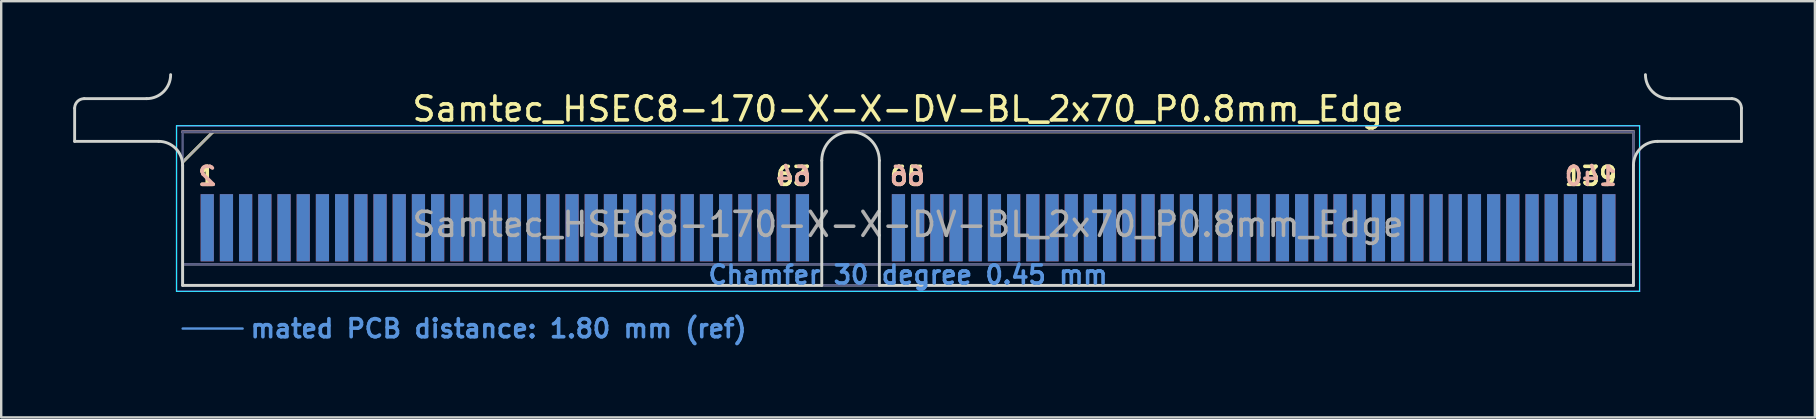
<source format=kicad_pcb>
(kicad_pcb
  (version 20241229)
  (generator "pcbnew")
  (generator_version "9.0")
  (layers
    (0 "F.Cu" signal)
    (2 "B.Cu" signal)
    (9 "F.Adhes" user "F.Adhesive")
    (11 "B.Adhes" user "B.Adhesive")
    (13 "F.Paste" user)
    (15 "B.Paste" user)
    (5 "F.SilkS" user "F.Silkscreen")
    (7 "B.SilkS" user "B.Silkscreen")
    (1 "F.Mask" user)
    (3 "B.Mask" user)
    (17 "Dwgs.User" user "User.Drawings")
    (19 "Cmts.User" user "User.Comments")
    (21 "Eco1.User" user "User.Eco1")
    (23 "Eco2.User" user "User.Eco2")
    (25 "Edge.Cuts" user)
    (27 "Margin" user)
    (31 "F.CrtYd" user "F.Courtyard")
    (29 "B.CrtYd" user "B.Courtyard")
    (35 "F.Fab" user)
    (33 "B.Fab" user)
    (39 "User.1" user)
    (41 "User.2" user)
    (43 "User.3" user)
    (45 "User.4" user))
  (footprint "Samtec_HSEC8-170-X-X-DV-BL_2x70_P0.8mm_Edge"
    (layer "F.Cu")
    (at 34.785 8.84)
    (property "Reference" "Samtec_HSEC8-170-X-X-DV-BL_2x70_P0.8mm_Edge" (at 0 -7.35 0) (layer "F.SilkS") (effects (font (size 1 1) (thickness 0.15))))
    (attr exclude_from_pos_files exclude_from_bom)
    (fp_line (start -30.225 -5.13) (end -28.955 -6.4) (stroke (width 0.12) (type solid)) (layer "F.SilkS"))
    (fp_line (start -28.955 -6.4) (end 30.225 -6.4) (stroke (width 0.12) (type solid)) (layer "F.SilkS"))
    (fp_line (start -30.225 -6.4) (end -30.225 -6.4) (stroke (width 0.12) (type solid)) (layer "B.SilkS"))
    (fp_line (start -30.225 -6.4) (end 30.225 -6.4) (stroke (width 0.12) (type solid)) (layer "B.SilkS"))
    (fp_line (start -30.225 1.8) (end -27.725 1.8) (stroke (width 0.1) (type solid)) (layer "Cmts.User"))
    (fp_line (start -34.725 -6) (end -34.725 -7.38) (stroke (width 0.12) (type solid)) (layer "Edge.Cuts"))
    (fp_line (start -34.325 -7.78) (end -31.725 -7.78) (stroke (width 0.12) (type solid)) (layer "Edge.Cuts"))
    (fp_line (start -31.225 -6) (end -34.725 -6) (stroke (width 0.12) (type solid)) (layer "Edge.Cuts"))
    (fp_line (start -30.225 -5) (end -30.225 0) (stroke (width 0.12) (type solid)) (layer "Edge.Cuts"))
    (fp_line (start -30.225 0) (end -3.595 0) (stroke (width 0.12) (type solid)) (layer "Edge.Cuts"))
    (fp_line (start -3.595 0) (end -3.595 -5.2) (stroke (width 0.12) (type solid)) (layer "Edge.Cuts"))
    (fp_line (start -1.195 -5.2) (end -1.195 0) (stroke (width 0.12) (type solid)) (layer "Edge.Cuts"))
    (fp_line (start -1.195 0) (end 30.225 0) (stroke (width 0.12) (type solid)) (layer "Edge.Cuts"))
    (fp_line (start 30.225 0) (end 30.225 -5) (stroke (width 0.12) (type solid)) (layer "Edge.Cuts"))
    (fp_line (start 31.225 -6) (end 34.725 -6) (stroke (width 0.12) (type solid)) (layer "Edge.Cuts"))
    (fp_line (start 34.325 -7.78) (end 31.725 -7.78) (stroke (width 0.12) (type solid)) (layer "Edge.Cuts"))
    (fp_line (start 34.725 -6) (end 34.725 -7.38) (stroke (width 0.12) (type solid)) (layer "Edge.Cuts"))
    (fp_arc (start -34.725 -7.38) (mid -34.607843 -7.662843) (end -34.325 -7.78) (stroke (width 0.12) (type solid)) (layer "Edge.Cuts"))
    (fp_arc (start -31.225 -6) (mid -30.517893 -5.707107) (end -30.225 -5) (stroke (width 0.12) (type solid)) (layer "Edge.Cuts"))
    (fp_arc (start -30.725 -8.78) (mid -31.017893 -8.072893) (end -31.725 -7.78) (stroke (width 0.12) (type solid)) (layer "Edge.Cuts"))
    (fp_arc (start -3.595 -5.2) (mid -2.395 -6.4) (end -1.195 -5.2) (stroke (width 0.12) (type solid)) (layer "Edge.Cuts"))
    (fp_arc (start 30.225 -5) (mid 30.517893 -5.707107) (end 31.225 -6) (stroke (width 0.12) (type solid)) (layer "Edge.Cuts"))
    (fp_arc (start 31.725 -7.78) (mid 31.017893 -8.072893) (end 30.725 -8.78) (stroke (width 0.12) (type solid)) (layer "Edge.Cuts"))
    (fp_arc (start 34.325 -7.78) (mid 34.607843 -7.662843) (end 34.725 -7.38) (stroke (width 0.12) (type solid)) (layer "Edge.Cuts"))
    (fp_line (start -30.48 -6.65) (end -30.48 0.25) (stroke (width 0.05) (type solid)) (layer "B.CrtYd"))
    (fp_line (start -30.48 0.25) (end 30.48 0.25) (stroke (width 0.05) (type solid)) (layer "B.CrtYd"))
    (fp_line (start 30.48 -6.65) (end -30.48 -6.65) (stroke (width 0.05) (type solid)) (layer "B.CrtYd"))
    (fp_line (start 30.48 0.25) (end 30.48 -6.65) (stroke (width 0.05) (type solid)) (layer "B.CrtYd"))
    (fp_line (start -30.48 -6.65) (end -30.48 0.25) (stroke (width 0.05) (type solid)) (layer "F.CrtYd"))
    (fp_line (start -30.48 0.25) (end 30.48 0.25) (stroke (width 0.05) (type solid)) (layer "F.CrtYd"))
    (fp_line (start 30.48 -6.65) (end -30.48 -6.65) (stroke (width 0.05) (type solid)) (layer "F.CrtYd"))
    (fp_line (start 30.48 0.25) (end 30.48 -6.65) (stroke (width 0.05) (type solid)) (layer "F.CrtYd"))
    (fp_line (start -30.225 -6.4) (end -30.225 -6.4) (stroke (width 0.1) (type solid)) (layer "B.Fab"))
    (fp_line (start -30.225 -6.4) (end -30.225 0) (stroke (width 0.1) (type solid)) (layer "B.Fab"))
    (fp_line (start -30.225 -6.4) (end 30.225 -6.4) (stroke (width 0.1) (type solid)) (layer "B.Fab"))
    (fp_line (start -30.225 -0.88) (end 30.225 -0.88) (stroke (width 0.1) (type solid)) (layer "B.Fab"))
    (fp_line (start -30.225 0) (end 30.225 0) (stroke (width 0.1) (type solid)) (layer "B.Fab"))
    (fp_line (start 30.225 -6.4) (end 30.225 0) (stroke (width 0.1) (type solid)) (layer "B.Fab"))
    (fp_line (start -30.225 -5.13) (end -30.225 0) (stroke (width 0.1) (type solid)) (layer "F.Fab"))
    (fp_line (start -30.225 -5.13) (end -28.955 -6.4) (stroke (width 0.1) (type solid)) (layer "F.Fab"))
    (fp_line (start -30.225 -0.88) (end 30.225 -0.88) (stroke (width 0.1) (type solid)) (layer "F.Fab"))
    (fp_line (start -30.225 0) (end 30.225 0) (stroke (width 0.1) (type solid)) (layer "F.Fab"))
    (fp_line (start -28.955 -6.4) (end 30.225 -6.4) (stroke (width 0.1) (type solid)) (layer "F.Fab"))
    (fp_line (start 30.225 -6.4) (end 30.225 0) (stroke (width 0.1) (type solid)) (layer "F.Fab"))
    (fp_text user "139" (at 28.45 -4.55 0) (layer "F.SilkS") (effects (font (size 0.75 0.75) (thickness 0.15))))
    (fp_text user "63" (at -4.775 -4.55 0) (layer "F.SilkS") (effects (font (size 0.75 0.75) (thickness 0.15))))
    (fp_text user "65" (at -0.025 -4.55 0) (layer "F.SilkS") (effects (font (size 0.75 0.75) (thickness 0.15))))
    (fp_text user "1" (at -29.2 -4.55 0) (layer "F.SilkS") (effects (font (size 0.75 0.75) (thickness 0.15))))
    (fp_text user "140" (at 28.45 -4.55 0) (layer "B.SilkS") (effects (font (size 0.75 0.75) (thickness 0.15)) (justify mirror)))
    (fp_text user "66" (at -0.025 -4.55 0) (layer "B.SilkS") (effects (font (size 0.75 0.75) (thickness 0.15)) (justify mirror)))
    (fp_text user "2" (at -29.2 -4.55 0) (layer "B.SilkS") (effects (font (size 0.75 0.75) (thickness 0.15)) (justify mirror)))
    (fp_text user "64" (at -4.775 -4.55 0) (layer "B.SilkS") (effects (font (size 0.75 0.75) (thickness 0.15)) (justify mirror)))
    (fp_text user "mated PCB distance: 1.80 mm (ref)" (at -27.48 1.8 0) (layer "Cmts.User") (effects (font (size 0.75 0.75) (thickness 0.15)) (justify left)))
    (fp_text user "Chamfer 30 degree 0.45 mm" (at 0 -0.44 0) (layer "Cmts.User") (effects (font (size 0.75 0.75) (thickness 0.15))))
    (fp_text user "${REFERENCE}" (at 0 -2.54 0) (layer "F.Fab") (effects (font (size 1 1) (thickness 0.15))))
    (pad "1" connect rect (at -29.2 -2.4) (size 0.55 2.8) (layers "F.Cu" "F.Mask"))
    (pad "2" connect rect (at -29.2 -2.4) (size 0.55 2.8) (layers "B.Cu" "B.Mask"))
    (pad "3" connect rect (at -28.4 -2.4) (size 0.55 2.8) (layers "F.Cu" "F.Mask"))
    (pad "4" connect rect (at -28.4 -2.4) (size 0.55 2.8) (layers "B.Cu" "B.Mask"))
    (pad "5" connect rect (at -27.6 -2.4) (size 0.55 2.8) (layers "F.Cu" "F.Mask"))
    (pad "6" connect rect (at -27.6 -2.4) (size 0.55 2.8) (layers "B.Cu" "B.Mask"))
    (pad "7" connect rect (at -26.8 -2.4) (size 0.55 2.8) (layers "F.Cu" "F.Mask"))
    (pad "8" connect rect (at -26.8 -2.4) (size 0.55 2.8) (layers "B.Cu" "B.Mask"))
    (pad "9" connect rect (at -26 -2.4) (size 0.55 2.8) (layers "F.Cu" "F.Mask"))
    (pad "10" connect rect (at -26 -2.4) (size 0.55 2.8) (layers "B.Cu" "B.Mask"))
    (pad "11" connect rect (at -25.2 -2.4) (size 0.55 2.8) (layers "F.Cu" "F.Mask"))
    (pad "12" connect rect (at -25.2 -2.4) (size 0.55 2.8) (layers "B.Cu" "B.Mask"))
    (pad "13" connect rect (at -24.4 -2.4) (size 0.55 2.8) (layers "F.Cu" "F.Mask"))
    (pad "14" connect rect (at -24.4 -2.4) (size 0.55 2.8) (layers "B.Cu" "B.Mask"))
    (pad "15" connect rect (at -23.6 -2.4) (size 0.55 2.8) (layers "F.Cu" "F.Mask"))
    (pad "16" connect rect (at -23.6 -2.4) (size 0.55 2.8) (layers "B.Cu" "B.Mask"))
    (pad "17" connect rect (at -22.8 -2.4) (size 0.55 2.8) (layers "F.Cu" "F.Mask"))
    (pad "18" connect rect (at -22.8 -2.4) (size 0.55 2.8) (layers "B.Cu" "B.Mask"))
    (pad "19" connect rect (at -22 -2.4) (size 0.55 2.8) (layers "F.Cu" "F.Mask"))
    (pad "20" connect rect (at -22 -2.4) (size 0.55 2.8) (layers "B.Cu" "B.Mask"))
    (pad "21" connect rect (at -21.2 -2.4) (size 0.55 2.8) (layers "F.Cu" "F.Mask"))
    (pad "22" connect rect (at -21.2 -2.4) (size 0.55 2.8) (layers "B.Cu" "B.Mask"))
    (pad "23" connect rect (at -20.4 -2.4) (size 0.55 2.8) (layers "F.Cu" "F.Mask"))
    (pad "24" connect rect (at -20.4 -2.4) (size 0.55 2.8) (layers "B.Cu" "B.Mask"))
    (pad "25" connect rect (at -19.6 -2.4) (size 0.55 2.8) (layers "F.Cu" "F.Mask"))
    (pad "26" connect rect (at -19.6 -2.4) (size 0.55 2.8) (layers "B.Cu" "B.Mask"))
    (pad "27" connect rect (at -18.8 -2.4) (size 0.55 2.8) (layers "F.Cu" "F.Mask"))
    (pad "28" connect rect (at -18.8 -2.4) (size 0.55 2.8) (layers "B.Cu" "B.Mask"))
    (pad "29" connect rect (at -18 -2.4) (size 0.55 2.8) (layers "F.Cu" "F.Mask"))
    (pad "30" connect rect (at -18 -2.4) (size 0.55 2.8) (layers "B.Cu" "B.Mask"))
    (pad "31" connect rect (at -17.2 -2.4) (size 0.55 2.8) (layers "F.Cu" "F.Mask"))
    (pad "32" connect rect (at -17.2 -2.4) (size 0.55 2.8) (layers "B.Cu" "B.Mask"))
    (pad "33" connect rect (at -16.4 -2.4) (size 0.55 2.8) (layers "F.Cu" "F.Mask"))
    (pad "34" connect rect (at -16.4 -2.4) (size 0.55 2.8) (layers "B.Cu" "B.Mask"))
    (pad "35" connect rect (at -15.6 -2.4) (size 0.55 2.8) (layers "F.Cu" "F.Mask"))
    (pad "36" connect rect (at -15.6 -2.4) (size 0.55 2.8) (layers "B.Cu" "B.Mask"))
    (pad "37" connect rect (at -14.8 -2.4) (size 0.55 2.8) (layers "F.Cu" "F.Mask"))
    (pad "38" connect rect (at -14.8 -2.4) (size 0.55 2.8) (layers "B.Cu" "B.Mask"))
    (pad "39" connect rect (at -14 -2.4) (size 0.55 2.8) (layers "F.Cu" "F.Mask"))
    (pad "40" connect rect (at -14 -2.4) (size 0.55 2.8) (layers "B.Cu" "B.Mask"))
    (pad "41" connect rect (at -13.2 -2.4) (size 0.55 2.8) (layers "F.Cu" "F.Mask"))
    (pad "42" connect rect (at -13.2 -2.4) (size 0.55 2.8) (layers "B.Cu" "B.Mask"))
    (pad "43" connect rect (at -12.4 -2.4) (size 0.55 2.8) (layers "F.Cu" "F.Mask"))
    (pad "44" connect rect (at -12.4 -2.4) (size 0.55 2.8) (layers "B.Cu" "B.Mask"))
    (pad "45" connect rect (at -11.6 -2.4) (size 0.55 2.8) (layers "F.Cu" "F.Mask"))
    (pad "46" connect rect (at -11.6 -2.4) (size 0.55 2.8) (layers "B.Cu" "B.Mask"))
    (pad "47" connect rect (at -10.8 -2.4) (size 0.55 2.8) (layers "F.Cu" "F.Mask"))
    (pad "48" connect rect (at -10.8 -2.4) (size 0.55 2.8) (layers "B.Cu" "B.Mask"))
    (pad "49" connect rect (at -10 -2.4) (size 0.55 2.8) (layers "F.Cu" "F.Mask"))
    (pad "50" connect rect (at -10 -2.4) (size 0.55 2.8) (layers "B.Cu" "B.Mask"))
    (pad "51" connect rect (at -9.2 -2.4) (size 0.55 2.8) (layers "F.Cu" "F.Mask"))
    (pad "52" connect rect (at -9.2 -2.4) (size 0.55 2.8) (layers "B.Cu" "B.Mask"))
    (pad "53" connect rect (at -8.4 -2.4) (size 0.55 2.8) (layers "F.Cu" "F.Mask"))
    (pad "54" connect rect (at -8.4 -2.4) (size 0.55 2.8) (layers "B.Cu" "B.Mask"))
    (pad "55" connect rect (at -7.6 -2.4) (size 0.55 2.8) (layers "F.Cu" "F.Mask"))
    (pad "56" connect rect (at -7.6 -2.4) (size 0.55 2.8) (layers "B.Cu" "B.Mask"))
    (pad "57" connect rect (at -6.8 -2.4) (size 0.55 2.8) (layers "F.Cu" "F.Mask"))
    (pad "58" connect rect (at -6.8 -2.4) (size 0.55 2.8) (layers "B.Cu" "B.Mask"))
    (pad "59" connect rect (at -6 -2.4) (size 0.55 2.8) (layers "F.Cu" "F.Mask"))
    (pad "60" connect rect (at -6 -2.4) (size 0.55 2.8) (layers "B.Cu" "B.Mask"))
    (pad "61" connect rect (at -5.2 -2.4) (size 0.55 2.8) (layers "F.Cu" "F.Mask"))
    (pad "62" connect rect (at -5.2 -2.4) (size 0.55 2.8) (layers "B.Cu" "B.Mask"))
    (pad "63" connect rect (at -4.4 -2.4) (size 0.55 2.8) (layers "F.Cu" "F.Mask"))
    (pad "64" connect rect (at -4.4 -2.4) (size 0.55 2.8) (layers "B.Cu" "B.Mask"))
    (pad "65" connect rect (at -0.4 -2.4) (size 0.55 2.8) (layers "F.Cu" "F.Mask"))
    (pad "66" connect rect (at -0.4 -2.4) (size 0.55 2.8) (layers "B.Cu" "B.Mask"))
    (pad "67" connect rect (at 0.4 -2.4) (size 0.55 2.8) (layers "F.Cu" "F.Mask"))
    (pad "68" connect rect (at 0.4 -2.4) (size 0.55 2.8) (layers "B.Cu" "B.Mask"))
    (pad "69" connect rect (at 1.2 -2.4) (size 0.55 2.8) (layers "F.Cu" "F.Mask"))
    (pad "70" connect rect (at 1.2 -2.4) (size 0.55 2.8) (layers "B.Cu" "B.Mask"))
    (pad "71" connect rect (at 2 -2.4) (size 0.55 2.8) (layers "F.Cu" "F.Mask"))
    (pad "72" connect rect (at 2 -2.4) (size 0.55 2.8) (layers "B.Cu" "B.Mask"))
    (pad "73" connect rect (at 2.8 -2.4) (size 0.55 2.8) (layers "F.Cu" "F.Mask"))
    (pad "74" connect rect (at 2.8 -2.4) (size 0.55 2.8) (layers "B.Cu" "B.Mask"))
    (pad "75" connect rect (at 3.6 -2.4) (size 0.55 2.8) (layers "F.Cu" "F.Mask"))
    (pad "76" connect rect (at 3.6 -2.4) (size 0.55 2.8) (layers "B.Cu" "B.Mask"))
    (pad "77" connect rect (at 4.4 -2.4) (size 0.55 2.8) (layers "F.Cu" "F.Mask"))
    (pad "78" connect rect (at 4.4 -2.4) (size 0.55 2.8) (layers "B.Cu" "B.Mask"))
    (pad "79" connect rect (at 5.2 -2.4) (size 0.55 2.8) (layers "F.Cu" "F.Mask"))
    (pad "80" connect rect (at 5.2 -2.4) (size 0.55 2.8) (layers "B.Cu" "B.Mask"))
    (pad "81" connect rect (at 6 -2.4) (size 0.55 2.8) (layers "F.Cu" "F.Mask"))
    (pad "82" connect rect (at 6 -2.4) (size 0.55 2.8) (layers "B.Cu" "B.Mask"))
    (pad "83" connect rect (at 6.8 -2.4) (size 0.55 2.8) (layers "F.Cu" "F.Mask"))
    (pad "84" connect rect (at 6.8 -2.4) (size 0.55 2.8) (layers "B.Cu" "B.Mask"))
    (pad "85" connect rect (at 7.6 -2.4) (size 0.55 2.8) (layers "F.Cu" "F.Mask"))
    (pad "86" connect rect (at 7.6 -2.4) (size 0.55 2.8) (layers "B.Cu" "B.Mask"))
    (pad "87" connect rect (at 8.4 -2.4) (size 0.55 2.8) (layers "F.Cu" "F.Mask"))
    (pad "88" connect rect (at 8.4 -2.4) (size 0.55 2.8) (layers "B.Cu" "B.Mask"))
    (pad "89" connect rect (at 9.2 -2.4) (size 0.55 2.8) (layers "F.Cu" "F.Mask"))
    (pad "90" connect rect (at 9.2 -2.4) (size 0.55 2.8) (layers "B.Cu" "B.Mask"))
    (pad "91" connect rect (at 10 -2.4) (size 0.55 2.8) (layers "F.Cu" "F.Mask"))
    (pad "92" connect rect (at 10 -2.4) (size 0.55 2.8) (layers "B.Cu" "B.Mask"))
    (pad "93" connect rect (at 10.8 -2.4) (size 0.55 2.8) (layers "F.Cu" "F.Mask"))
    (pad "94" connect rect (at 10.8 -2.4) (size 0.55 2.8) (layers "B.Cu" "B.Mask"))
    (pad "95" connect rect (at 11.6 -2.4) (size 0.55 2.8) (layers "F.Cu" "F.Mask"))
    (pad "96" connect rect (at 11.6 -2.4) (size 0.55 2.8) (layers "B.Cu" "B.Mask"))
    (pad "97" connect rect (at 12.4 -2.4) (size 0.55 2.8) (layers "F.Cu" "F.Mask"))
    (pad "98" connect rect (at 12.4 -2.4) (size 0.55 2.8) (layers "B.Cu" "B.Mask"))
    (pad "99" connect rect (at 13.2 -2.4) (size 0.55 2.8) (layers "F.Cu" "F.Mask"))
    (pad "100" connect rect (at 13.2 -2.4) (size 0.55 2.8) (layers "B.Cu" "B.Mask"))
    (pad "101" connect rect (at 14 -2.4) (size 0.55 2.8) (layers "F.Cu" "F.Mask"))
    (pad "102" connect rect (at 14 -2.4) (size 0.55 2.8) (layers "B.Cu" "B.Mask"))
    (pad "103" connect rect (at 14.8 -2.4) (size 0.55 2.8) (layers "F.Cu" "F.Mask"))
    (pad "104" connect rect (at 14.8 -2.4) (size 0.55 2.8) (layers "B.Cu" "B.Mask"))
    (pad "105" connect rect (at 15.6 -2.4) (size 0.55 2.8) (layers "F.Cu" "F.Mask"))
    (pad "106" connect rect (at 15.6 -2.4) (size 0.55 2.8) (layers "B.Cu" "B.Mask"))
    (pad "107" connect rect (at 16.4 -2.4) (size 0.55 2.8) (layers "F.Cu" "F.Mask"))
    (pad "108" connect rect (at 16.4 -2.4) (size 0.55 2.8) (layers "B.Cu" "B.Mask"))
    (pad "109" connect rect (at 17.2 -2.4) (size 0.55 2.8) (layers "F.Cu" "F.Mask"))
    (pad "110" connect rect (at 17.2 -2.4) (size 0.55 2.8) (layers "B.Cu" "B.Mask"))
    (pad "111" connect rect (at 18 -2.4) (size 0.55 2.8) (layers "F.Cu" "F.Mask"))
    (pad "112" connect rect (at 18 -2.4) (size 0.55 2.8) (layers "B.Cu" "B.Mask"))
    (pad "113" connect rect (at 18.8 -2.4) (size 0.55 2.8) (layers "F.Cu" "F.Mask"))
    (pad "114" connect rect (at 18.8 -2.4) (size 0.55 2.8) (layers "B.Cu" "B.Mask"))
    (pad "115" connect rect (at 19.6 -2.4) (size 0.55 2.8) (layers "F.Cu" "F.Mask"))
    (pad "116" connect rect (at 19.6 -2.4) (size 0.55 2.8) (layers "B.Cu" "B.Mask"))
    (pad "117" connect rect (at 20.4 -2.4) (size 0.55 2.8) (layers "F.Cu" "F.Mask"))
    (pad "118" connect rect (at 20.4 -2.4) (size 0.55 2.8) (layers "B.Cu" "B.Mask"))
    (pad "119" connect rect (at 21.2 -2.4) (size 0.55 2.8) (layers "F.Cu" "F.Mask"))
    (pad "120" connect rect (at 21.2 -2.4) (size 0.55 2.8) (layers "B.Cu" "B.Mask"))
    (pad "121" connect rect (at 22 -2.4) (size 0.55 2.8) (layers "F.Cu" "F.Mask"))
    (pad "122" connect rect (at 22 -2.4) (size 0.55 2.8) (layers "B.Cu" "B.Mask"))
    (pad "123" connect rect (at 22.8 -2.4) (size 0.55 2.8) (layers "F.Cu" "F.Mask"))
    (pad "124" connect rect (at 22.8 -2.4) (size 0.55 2.8) (layers "B.Cu" "B.Mask"))
    (pad "125" connect rect (at 23.6 -2.4) (size 0.55 2.8) (layers "F.Cu" "F.Mask"))
    (pad "126" connect rect (at 23.6 -2.4) (size 0.55 2.8) (layers "B.Cu" "B.Mask"))
    (pad "127" connect rect (at 24.4 -2.4) (size 0.55 2.8) (layers "F.Cu" "F.Mask"))
    (pad "128" connect rect (at 24.4 -2.4) (size 0.55 2.8) (layers "B.Cu" "B.Mask"))
    (pad "129" connect rect (at 25.2 -2.4) (size 0.55 2.8) (layers "F.Cu" "F.Mask"))
    (pad "130" connect rect (at 25.2 -2.4) (size 0.55 2.8) (layers "B.Cu" "B.Mask"))
    (pad "131" connect rect (at 26 -2.4) (size 0.55 2.8) (layers "F.Cu" "F.Mask"))
    (pad "132" connect rect (at 26 -2.4) (size 0.55 2.8) (layers "B.Cu" "B.Mask"))
    (pad "133" connect rect (at 26.8 -2.4) (size 0.55 2.8) (layers "F.Cu" "F.Mask"))
    (pad "134" connect rect (at 26.8 -2.4) (size 0.55 2.8) (layers "B.Cu" "B.Mask"))
    (pad "135" connect rect (at 27.6 -2.4) (size 0.55 2.8) (layers "F.Cu" "F.Mask"))
    (pad "136" connect rect (at 27.6 -2.4) (size 0.55 2.8) (layers "B.Cu" "B.Mask"))
    (pad "137" connect rect (at 28.4 -2.4) (size 0.55 2.8) (layers "F.Cu" "F.Mask"))
    (pad "138" connect rect (at 28.4 -2.4) (size 0.55 2.8) (layers "B.Cu" "B.Mask"))
    (pad "139" connect rect (at 29.2 -2.4) (size 0.55 2.8) (layers "F.Cu" "F.Mask"))
    (pad "140" connect rect (at 29.2 -2.4) (size 0.55 2.8) (layers "B.Cu" "B.Mask")))
  (gr_rect
    (start -3 -3)
    (end 72.57 14.342)
    (stroke (width 0.1) (type default))
    (fill no)
    (layer "Edge.Cuts")))
</source>
